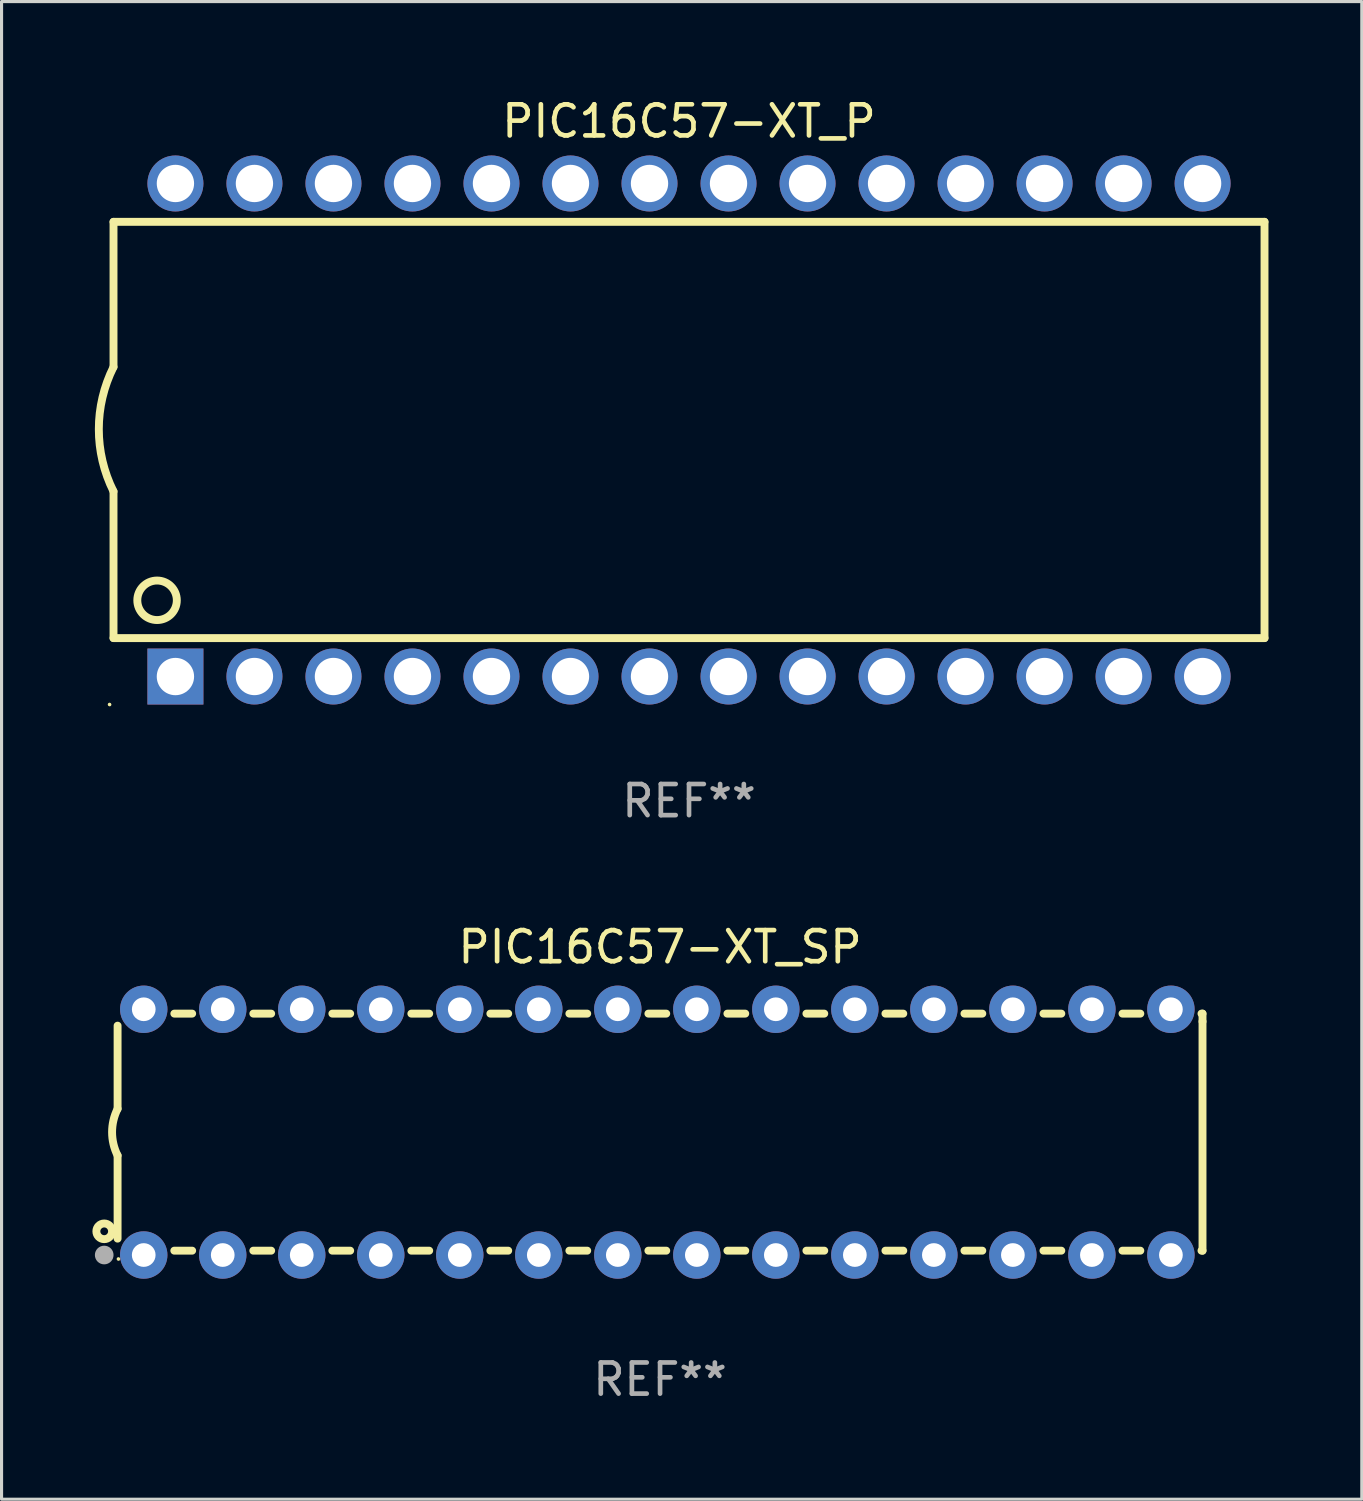
<source format=kicad_pcb>
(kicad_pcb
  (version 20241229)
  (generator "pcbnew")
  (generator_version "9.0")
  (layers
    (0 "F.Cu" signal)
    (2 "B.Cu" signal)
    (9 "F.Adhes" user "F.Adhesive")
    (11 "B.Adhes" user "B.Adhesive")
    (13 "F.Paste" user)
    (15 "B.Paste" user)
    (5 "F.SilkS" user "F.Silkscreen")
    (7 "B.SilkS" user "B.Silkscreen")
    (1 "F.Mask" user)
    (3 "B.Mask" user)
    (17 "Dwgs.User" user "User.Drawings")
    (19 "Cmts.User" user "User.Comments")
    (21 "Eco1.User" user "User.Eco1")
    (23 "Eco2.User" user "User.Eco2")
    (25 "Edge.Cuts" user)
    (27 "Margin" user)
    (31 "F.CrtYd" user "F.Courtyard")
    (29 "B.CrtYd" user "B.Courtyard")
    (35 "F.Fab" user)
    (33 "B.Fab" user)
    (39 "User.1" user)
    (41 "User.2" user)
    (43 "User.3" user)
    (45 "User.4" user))
  (footprint "PIC16C57-XT_P"
    (layer "F.Cu")
    (at 19.099 10.773)
    (property "Reference" "PIC16C57-XT_P" (at 0 -9.925 0) (layer "F.SilkS") (effects (font (size 1 1) (thickness 0.15))))
    (attr through_hole)
    (fp_line (start -18.5 -6.692) (end -18.5 -2.026) (stroke (width 0.254) (type solid)) (layer "F.SilkS"))
    (fp_line (start -18.5 6.689) (end -18.5 1.974) (stroke (width 0.254) (type solid)) (layer "F.SilkS"))
    (fp_line (start -18.5 6.689) (end 18.5 6.689) (stroke (width 0.254) (type solid)) (layer "F.SilkS"))
    (fp_line (start 18.5 -6.692) (end -18.5 -6.692) (stroke (width 0.254) (type solid)) (layer "F.SilkS"))
    (fp_line (start 18.5 6.689) (end 18.5 -6.692) (stroke (width 0.254) (type solid)) (layer "F.SilkS"))
    (fp_arc (start -18.500051 1.974346) (mid -18.972187 -0.025654) (end -18.500051 -2.025654) (stroke (width 0.254001) (type solid)) (layer "F.SilkS"))
    (fp_circle (center -18.627 8.824) (end -18.597 8.824) (stroke (width 0.06) (type solid)) (fill no) (layer "F.SilkS"))
    (fp_circle (center -17.1 5.474) (end -16.465 5.474) (stroke (width 0.254) (type solid)) (fill no) (layer "F.SilkS"))
    (fp_text user "REF**" (at 0 11.925 0) (layer "F.Fab") (effects (font (size 1 1) (thickness 0.15))))
    (pad "1" thru_hole rect (at -16.51 7.925) (size 1.8 1.8) (drill 1.2) (layers "*.Cu" "*.Mask"))
    (pad "2" thru_hole circle (at -13.97 7.924) (size 1.8 1.8) (drill 1.2) (layers "*.Cu" "*.Mask"))
    (pad "3" thru_hole circle (at -11.43 7.924) (size 1.8 1.8) (drill 1.2) (layers "*.Cu" "*.Mask"))
    (pad "4" thru_hole circle (at -8.89 7.924) (size 1.8 1.8) (drill 1.2) (layers "*.Cu" "*.Mask"))
    (pad "5" thru_hole circle (at -6.35 7.924) (size 1.8 1.8) (drill 1.2) (layers "*.Cu" "*.Mask"))
    (pad "6" thru_hole circle (at -3.81 7.924) (size 1.8 1.8) (drill 1.2) (layers "*.Cu" "*.Mask"))
    (pad "7" thru_hole circle (at -1.27 7.924) (size 1.8 1.8) (drill 1.2) (layers "*.Cu" "*.Mask"))
    (pad "8" thru_hole circle (at 1.27 7.924) (size 1.8 1.8) (drill 1.2) (layers "*.Cu" "*.Mask"))
    (pad "9" thru_hole circle (at 3.81 7.924) (size 1.8 1.8) (drill 1.2) (layers "*.Cu" "*.Mask"))
    (pad "10" thru_hole circle (at 6.35 7.924) (size 1.8 1.8) (drill 1.2) (layers "*.Cu" "*.Mask"))
    (pad "11" thru_hole circle (at 8.89 7.924) (size 1.8 1.8) (drill 1.2) (layers "*.Cu" "*.Mask"))
    (pad "12" thru_hole circle (at 11.43 7.924) (size 1.8 1.8) (drill 1.2) (layers "*.Cu" "*.Mask"))
    (pad "13" thru_hole circle (at 13.97 7.924) (size 1.8 1.8) (drill 1.2) (layers "*.Cu" "*.Mask"))
    (pad "14" thru_hole circle (at 16.51 7.924) (size 1.8 1.8) (drill 1.2) (layers "*.Cu" "*.Mask"))
    (pad "15" thru_hole circle (at 16.51 -7.925) (size 1.8 1.8) (drill 1.2) (layers "*.Cu" "*.Mask"))
    (pad "16" thru_hole circle (at 13.97 -7.925) (size 1.8 1.8) (drill 1.2) (layers "*.Cu" "*.Mask"))
    (pad "17" thru_hole circle (at 11.43 -7.925) (size 1.8 1.8) (drill 1.2) (layers "*.Cu" "*.Mask"))
    (pad "18" thru_hole circle (at 8.89 -7.925) (size 1.8 1.8) (drill 1.2) (layers "*.Cu" "*.Mask"))
    (pad "19" thru_hole circle (at 6.35 -7.925) (size 1.8 1.8) (drill 1.2) (layers "*.Cu" "*.Mask"))
    (pad "20" thru_hole circle (at 3.81 -7.925) (size 1.8 1.8) (drill 1.2) (layers "*.Cu" "*.Mask"))
    (pad "21" thru_hole circle (at 1.27 -7.925) (size 1.8 1.8) (drill 1.2) (layers "*.Cu" "*.Mask"))
    (pad "22" thru_hole circle (at -1.27 -7.925) (size 1.8 1.8) (drill 1.2) (layers "*.Cu" "*.Mask"))
    (pad "23" thru_hole circle (at -3.81 -7.925) (size 1.8 1.8) (drill 1.2) (layers "*.Cu" "*.Mask"))
    (pad "24" thru_hole circle (at -6.35 -7.925) (size 1.8 1.8) (drill 1.2) (layers "*.Cu" "*.Mask"))
    (pad "25" thru_hole circle (at -8.89 -7.925) (size 1.8 1.8) (drill 1.2) (layers "*.Cu" "*.Mask"))
    (pad "26" thru_hole circle (at -11.43 -7.925) (size 1.8 1.8) (drill 1.2) (layers "*.Cu" "*.Mask"))
    (pad "27" thru_hole circle (at -13.97 -7.925) (size 1.8 1.8) (drill 1.2) (layers "*.Cu" "*.Mask"))
    (pad "28" thru_hole circle (at -16.51 -7.925) (size 1.8 1.8) (drill 1.2) (layers "*.Cu" "*.Mask")))
  (footprint "PIC16C57-XT_SP"
    (layer "F.Cu")
    (at 18.168 33.344)
    (property "Reference" "PIC16C57-XT_SP" (at 0 -5.95 0) (layer "F.SilkS") (effects (font (size 1 1) (thickness 0.15))))
    (attr through_hole)
    (fp_line (start -17.438 0.75) (end -17.438 3.423) (stroke (width 0.254) (type solid)) (layer "F.SilkS"))
    (fp_line (start -17.438 -3.423) (end -17.438 -0.75) (stroke (width 0.254) (type solid)) (layer "F.SilkS"))
    (fp_line (start -15.615 3.81) (end -15.041 3.81) (stroke (width 0.254) (type solid)) (layer "F.SilkS"))
    (fp_line (start -15.041 -3.81) (end -15.614 -3.81) (stroke (width 0.254) (type solid)) (layer "F.SilkS"))
    (fp_line (start -13.075 3.81) (end -12.501 3.81) (stroke (width 0.254) (type solid)) (layer "F.SilkS"))
    (fp_line (start -12.501 -3.81) (end -13.074 -3.81) (stroke (width 0.254) (type solid)) (layer "F.SilkS"))
    (fp_line (start -10.535 3.81) (end -9.961 3.81) (stroke (width 0.254) (type solid)) (layer "F.SilkS"))
    (fp_line (start -9.961 -3.81) (end -10.534 -3.81) (stroke (width 0.254) (type solid)) (layer "F.SilkS"))
    (fp_line (start -7.995 3.81) (end -7.421 3.81) (stroke (width 0.254) (type solid)) (layer "F.SilkS"))
    (fp_line (start -7.421 -3.81) (end -7.995 -3.81) (stroke (width 0.254) (type solid)) (layer "F.SilkS"))
    (fp_line (start -5.455 3.81) (end -4.881 3.81) (stroke (width 0.254) (type solid)) (layer "F.SilkS"))
    (fp_line (start -4.881 -3.81) (end -5.455 -3.81) (stroke (width 0.254) (type solid)) (layer "F.SilkS"))
    (fp_line (start -2.915 3.81) (end -2.341 3.81) (stroke (width 0.254) (type solid)) (layer "F.SilkS"))
    (fp_line (start -2.341 -3.81) (end -2.915 -3.81) (stroke (width 0.254) (type solid)) (layer "F.SilkS"))
    (fp_line (start -0.375 3.81) (end 0.199 3.81) (stroke (width 0.254) (type solid)) (layer "F.SilkS"))
    (fp_line (start 0.199 -3.81) (end -0.375 -3.81) (stroke (width 0.254) (type solid)) (layer "F.SilkS"))
    (fp_line (start 2.165 3.81) (end 2.739 3.81) (stroke (width 0.254) (type solid)) (layer "F.SilkS"))
    (fp_line (start 2.739 -3.81) (end 2.165 -3.81) (stroke (width 0.254) (type solid)) (layer "F.SilkS"))
    (fp_line (start 4.705 3.81) (end 5.279 3.81) (stroke (width 0.254) (type solid)) (layer "F.SilkS"))
    (fp_line (start 5.279 -3.81) (end 4.705 -3.81) (stroke (width 0.254) (type solid)) (layer "F.SilkS"))
    (fp_line (start 7.245 3.81) (end 7.819 3.81) (stroke (width 0.254) (type solid)) (layer "F.SilkS"))
    (fp_line (start 7.819 -3.81) (end 7.245 -3.81) (stroke (width 0.254) (type solid)) (layer "F.SilkS"))
    (fp_line (start 9.785 3.81) (end 10.359 3.81) (stroke (width 0.254) (type solid)) (layer "F.SilkS"))
    (fp_line (start 10.359 -3.81) (end 9.785 -3.81) (stroke (width 0.254) (type solid)) (layer "F.SilkS"))
    (fp_line (start 12.325 3.81) (end 12.899 3.81) (stroke (width 0.254) (type solid)) (layer "F.SilkS"))
    (fp_line (start 12.899 -3.81) (end 12.325 -3.81) (stroke (width 0.254) (type solid)) (layer "F.SilkS"))
    (fp_line (start 14.865 3.81) (end 15.439 3.81) (stroke (width 0.254) (type solid)) (layer "F.SilkS"))
    (fp_line (start 15.439 -3.81) (end 14.865 -3.81) (stroke (width 0.254) (type solid)) (layer "F.SilkS"))
    (fp_line (start 17.405 3.81) (end 17.438 3.81) (stroke (width 0.254) (type solid)) (layer "F.SilkS"))
    (fp_line (start 17.438 -3.81) (end 17.405 -3.81) (stroke (width 0.254) (type solid)) (layer "F.SilkS"))
    (fp_line (start 17.438 -3.556) (end 17.438 -3.81) (stroke (width 0.254) (type solid)) (layer "F.SilkS"))
    (fp_line (start 17.438 3.81) (end 17.438 -3.556) (stroke (width 0.254) (type solid)) (layer "F.SilkS"))
    (fp_arc (start -17.437986 0.749657) (mid -17.614887 -0.000024) (end -17.437783 -0.749657) (stroke (width 0.254001) (type solid)) (layer "F.SilkS"))
    (fp_circle (center -17.868 3.188) (end -17.743 3.188) (stroke (width 0.254) (type solid)) (fill no) (layer "F.SilkS"))
    (fp_circle (center -17.411 4.077) (end -17.381 4.077) (stroke (width 0.06) (type solid)) (fill no) (layer "F.SilkS"))
    (fp_circle (center -17.868 3.95) (end -17.718 3.95) (stroke (width 0.3) (type solid)) (fill no) (layer "F.Fab"))
    (fp_text user "REF**" (at 0 7.95 0) (layer "F.Fab") (effects (font (size 1 1) (thickness 0.15))))
    (pad "1" thru_hole circle (at -16.598 3.95) (size 1.524 1.524) (drill 0.762) (layers "*.Cu" "*.Mask"))
    (pad "2" thru_hole circle (at -14.058 3.95) (size 1.524 1.524) (drill 0.762) (layers "*.Cu" "*.Mask"))
    (pad "3" thru_hole circle (at -11.518 3.95) (size 1.524 1.524) (drill 0.762) (layers "*.Cu" "*.Mask"))
    (pad "4" thru_hole circle (at -8.978 3.95) (size 1.524 1.524) (drill 0.762) (layers "*.Cu" "*.Mask"))
    (pad "5" thru_hole circle (at -6.438 3.95) (size 1.524 1.524) (drill 0.762) (layers "*.Cu" "*.Mask"))
    (pad "6" thru_hole circle (at -3.898 3.95) (size 1.524 1.524) (drill 0.762) (layers "*.Cu" "*.Mask"))
    (pad "7" thru_hole circle (at -1.358 3.95) (size 1.524 1.524) (drill 0.762) (layers "*.Cu" "*.Mask"))
    (pad "8" thru_hole circle (at 1.182 3.95) (size 1.524 1.524) (drill 0.762) (layers "*.Cu" "*.Mask"))
    (pad "9" thru_hole circle (at 3.722 3.95) (size 1.524 1.524) (drill 0.762) (layers "*.Cu" "*.Mask"))
    (pad "10" thru_hole circle (at 6.262 3.95) (size 1.524 1.524) (drill 0.762) (layers "*.Cu" "*.Mask"))
    (pad "11" thru_hole circle (at 8.802 3.95) (size 1.524 1.524) (drill 0.762) (layers "*.Cu" "*.Mask"))
    (pad "12" thru_hole circle (at 11.342 3.95) (size 1.524 1.524) (drill 0.762) (layers "*.Cu" "*.Mask"))
    (pad "13" thru_hole circle (at 13.882 3.95) (size 1.524 1.524) (drill 0.762) (layers "*.Cu" "*.Mask"))
    (pad "14" thru_hole circle (at 16.422 3.95) (size 1.524 1.524) (drill 0.762) (layers "*.Cu" "*.Mask"))
    (pad "15" thru_hole circle (at 16.422 -3.95) (size 1.524 1.524) (drill 0.762) (layers "*.Cu" "*.Mask"))
    (pad "16" thru_hole circle (at 13.882 -3.95) (size 1.524 1.524) (drill 0.762) (layers "*.Cu" "*.Mask"))
    (pad "17" thru_hole circle (at 11.342 -3.95) (size 1.524 1.524) (drill 0.762) (layers "*.Cu" "*.Mask"))
    (pad "18" thru_hole circle (at 8.802 -3.95) (size 1.524 1.524) (drill 0.762) (layers "*.Cu" "*.Mask"))
    (pad "19" thru_hole circle (at 6.262 -3.95) (size 1.524 1.524) (drill 0.762) (layers "*.Cu" "*.Mask"))
    (pad "20" thru_hole circle (at 3.722 -3.95) (size 1.524 1.524) (drill 0.762) (layers "*.Cu" "*.Mask"))
    (pad "21" thru_hole circle (at 1.182 -3.95) (size 1.524 1.524) (drill 0.762) (layers "*.Cu" "*.Mask"))
    (pad "22" thru_hole circle (at -1.358 -3.95) (size 1.524 1.524) (drill 0.762) (layers "*.Cu" "*.Mask"))
    (pad "23" thru_hole circle (at -3.898 -3.95) (size 1.524 1.524) (drill 0.762) (layers "*.Cu" "*.Mask"))
    (pad "24" thru_hole circle (at -6.438 -3.95) (size 1.524 1.524) (drill 0.762) (layers "*.Cu" "*.Mask"))
    (pad "25" thru_hole circle (at -8.978 -3.95) (size 1.524 1.524) (drill 0.762) (layers "*.Cu" "*.Mask"))
    (pad "26" thru_hole circle (at -11.517 -3.95) (size 1.524 1.524) (drill 0.762) (layers "*.Cu" "*.Mask"))
    (pad "27" thru_hole circle (at -14.057 -3.95) (size 1.524 1.524) (drill 0.762) (layers "*.Cu" "*.Mask"))
    (pad "28" thru_hole circle (at -16.597 -3.95) (size 1.524 1.524) (drill 0.762) (layers "*.Cu" "*.Mask")))
  (gr_rect
    (start -3 -3)
    (end 40.726 45.143)
    (stroke (width 0.1) (type default))
    (fill no)
    (layer "Edge.Cuts")))
</source>
